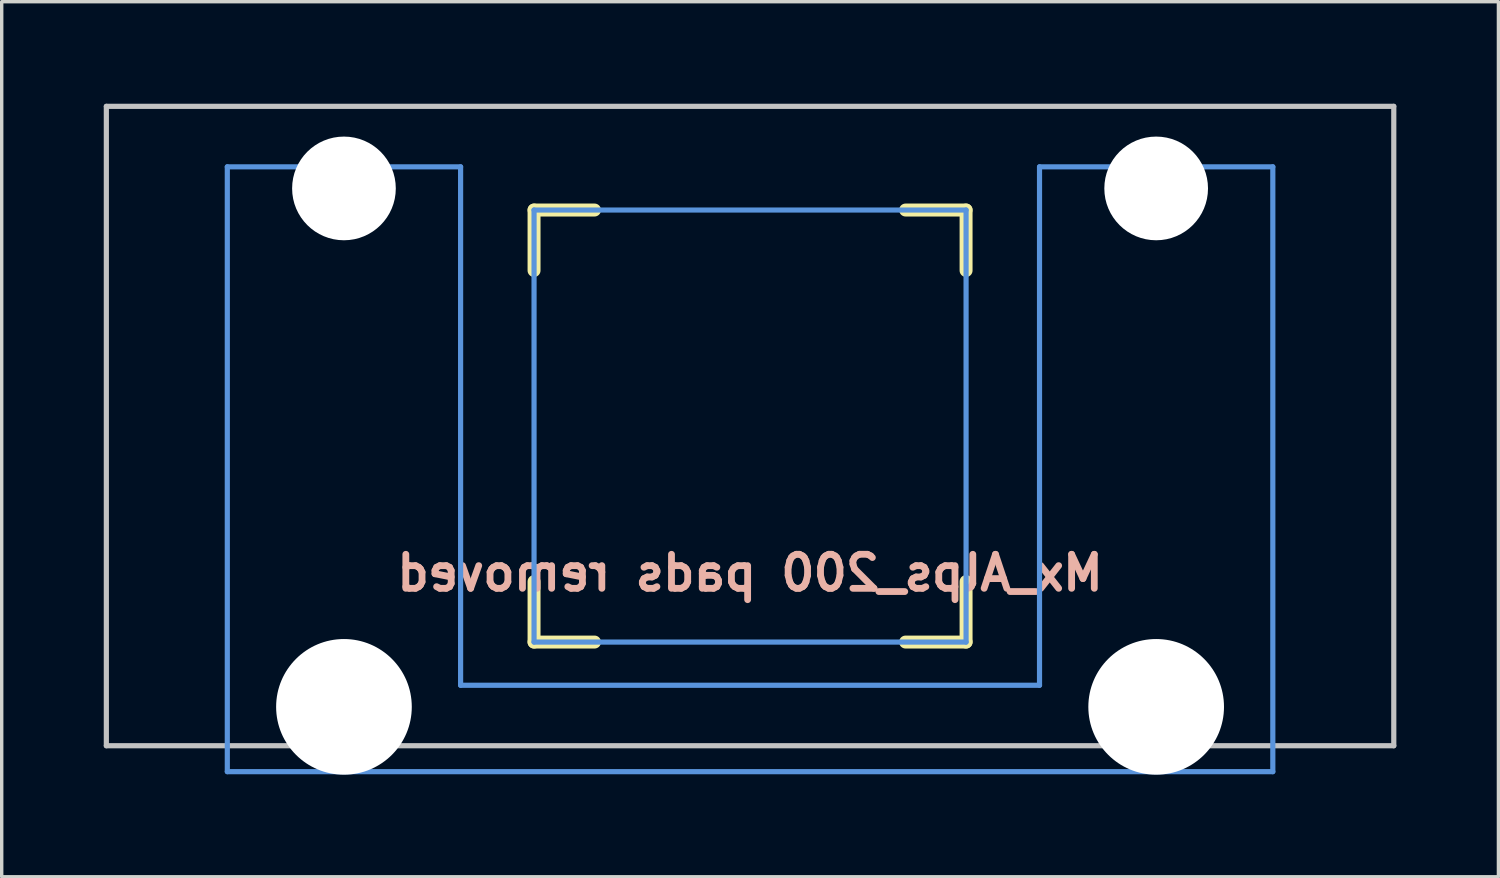
<source format=kicad_pcb>
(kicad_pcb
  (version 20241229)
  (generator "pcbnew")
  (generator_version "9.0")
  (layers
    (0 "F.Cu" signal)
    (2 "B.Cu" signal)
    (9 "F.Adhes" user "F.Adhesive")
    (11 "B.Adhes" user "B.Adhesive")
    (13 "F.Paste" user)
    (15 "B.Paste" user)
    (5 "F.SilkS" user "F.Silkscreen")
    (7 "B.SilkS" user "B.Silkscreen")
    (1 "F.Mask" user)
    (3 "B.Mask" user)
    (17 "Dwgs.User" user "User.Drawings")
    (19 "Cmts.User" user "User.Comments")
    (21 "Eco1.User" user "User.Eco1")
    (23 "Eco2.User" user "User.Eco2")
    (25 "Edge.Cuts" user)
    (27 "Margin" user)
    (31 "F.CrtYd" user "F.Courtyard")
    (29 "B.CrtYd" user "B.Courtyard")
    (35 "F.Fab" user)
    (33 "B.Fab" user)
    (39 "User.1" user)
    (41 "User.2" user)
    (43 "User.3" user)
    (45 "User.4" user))
  (footprint "Mx_Alps_200 pads removed"
    (layer "F.Cu")
    (at 18.999 9.474)
    (property "Reference" "Mx_Alps_200 pads removed" (at 0 4.318 0) (layer "B.SilkS") (effects (font (size 1 1) (thickness 0.2)) (justify mirror)))
    (attr through_hole)
    (fp_line (start -6.35 -6.35) (end -4.572 -6.35) (stroke (width 0.381) (type solid)) (layer "F.SilkS"))
    (fp_line (start -6.35 -4.572) (end -6.35 -6.35) (stroke (width 0.381) (type solid)) (layer "F.SilkS"))
    (fp_line (start -6.35 6.35) (end -6.35 4.572) (stroke (width 0.381) (type solid)) (layer "F.SilkS"))
    (fp_line (start -4.572 6.35) (end -6.35 6.35) (stroke (width 0.381) (type solid)) (layer "F.SilkS"))
    (fp_line (start 4.572 -6.35) (end 6.35 -6.35) (stroke (width 0.381) (type solid)) (layer "F.SilkS"))
    (fp_line (start 6.35 -6.35) (end 6.35 -4.572) (stroke (width 0.381) (type solid)) (layer "F.SilkS"))
    (fp_line (start 6.35 4.572) (end 6.35 6.35) (stroke (width 0.381) (type solid)) (layer "F.SilkS"))
    (fp_line (start 6.35 6.35) (end 4.572 6.35) (stroke (width 0.381) (type solid)) (layer "F.SilkS"))
    (fp_line (start -18.923 -9.398) (end 18.923 -9.398) (stroke (width 0.152) (type solid)) (layer "Dwgs.User"))
    (fp_line (start -18.923 9.398) (end -18.923 -9.398) (stroke (width 0.152) (type solid)) (layer "Dwgs.User"))
    (fp_line (start 18.923 -9.398) (end 18.923 9.398) (stroke (width 0.152) (type solid)) (layer "Dwgs.User"))
    (fp_line (start 18.923 9.398) (end -18.923 9.398) (stroke (width 0.152) (type solid)) (layer "Dwgs.User"))
    (fp_line (start -15.367 -7.62) (end -15.367 10.16) (stroke (width 0.152) (type solid)) (layer "Cmts.User"))
    (fp_line (start -15.367 10.16) (end 15.367 10.16) (stroke (width 0.152) (type solid)) (layer "Cmts.User"))
    (fp_line (start -8.509 -7.62) (end -15.367 -7.62) (stroke (width 0.152) (type solid)) (layer "Cmts.User"))
    (fp_line (start -8.509 7.62) (end -8.509 -7.62) (stroke (width 0.152) (type solid)) (layer "Cmts.User"))
    (fp_line (start -6.35 -6.35) (end 6.35 -6.35) (stroke (width 0.152) (type solid)) (layer "Cmts.User"))
    (fp_line (start -6.35 6.35) (end -6.35 -6.35) (stroke (width 0.152) (type solid)) (layer "Cmts.User"))
    (fp_line (start 6.35 -6.35) (end 6.35 6.35) (stroke (width 0.152) (type solid)) (layer "Cmts.User"))
    (fp_line (start 6.35 6.35) (end -6.35 6.35) (stroke (width 0.152) (type solid)) (layer "Cmts.User"))
    (fp_line (start 8.509 -7.62) (end 8.509 7.62) (stroke (width 0.152) (type solid)) (layer "Cmts.User"))
    (fp_line (start 8.509 7.62) (end -8.509 7.62) (stroke (width 0.152) (type solid)) (layer "Cmts.User"))
    (fp_line (start 15.367 -7.62) (end 8.509 -7.62) (stroke (width 0.152) (type solid)) (layer "Cmts.User"))
    (fp_line (start 15.367 10.16) (end 15.367 -7.62) (stroke (width 0.152) (type solid)) (layer "Cmts.User"))
    (fp_line (start -16.129 -2.286) (end -15.265 -2.286) (stroke (width 0.152) (type solid)) (layer "Eco2.User"))
    (fp_line (start -16.129 0.508) (end -16.129 -2.286) (stroke (width 0.152) (type solid)) (layer "Eco2.User"))
    (fp_line (start -15.265 -5.69) (end -8.611 -5.69) (stroke (width 0.152) (type solid)) (layer "Eco2.User"))
    (fp_line (start -15.265 -2.286) (end -15.265 -5.69) (stroke (width 0.152) (type solid)) (layer "Eco2.User"))
    (fp_line (start -15.265 0.508) (end -16.129 0.508) (stroke (width 0.152) (type solid)) (layer "Eco2.User"))
    (fp_line (start -15.265 6.604) (end -15.265 0.508) (stroke (width 0.152) (type solid)) (layer "Eco2.User"))
    (fp_line (start -14.224 6.604) (end -15.265 6.604) (stroke (width 0.152) (type solid)) (layer "Eco2.User"))
    (fp_line (start -14.224 7.772) (end -14.224 6.604) (stroke (width 0.152) (type solid)) (layer "Eco2.User"))
    (fp_line (start -9.652 6.604) (end -9.652 7.772) (stroke (width 0.152) (type solid)) (layer "Eco2.User"))
    (fp_line (start -9.652 7.772) (end -14.224 7.772) (stroke (width 0.152) (type solid)) (layer "Eco2.User"))
    (fp_line (start -8.611 -5.69) (end -8.611 -4.877) (stroke (width 0.152) (type solid)) (layer "Eco2.User"))
    (fp_line (start -8.611 -4.877) (end -6.985 -4.877) (stroke (width 0.152) (type solid)) (layer "Eco2.User"))
    (fp_line (start -8.611 5.817) (end -8.611 6.604) (stroke (width 0.152) (type solid)) (layer "Eco2.User"))
    (fp_line (start -8.611 6.604) (end -9.652 6.604) (stroke (width 0.152) (type solid)) (layer "Eco2.User"))
    (fp_line (start -6.985 -6.985) (end 6.985 -6.985) (stroke (width 0.152) (type solid)) (layer "Eco2.User"))
    (fp_line (start -6.985 -4.877) (end -6.985 -6.985) (stroke (width 0.152) (type solid)) (layer "Eco2.User"))
    (fp_line (start -6.985 5.817) (end -8.611 5.817) (stroke (width 0.152) (type solid)) (layer "Eco2.User"))
    (fp_line (start -6.985 6.985) (end -6.985 5.817) (stroke (width 0.152) (type solid)) (layer "Eco2.User"))
    (fp_line (start 6.985 -6.985) (end 6.985 -4.877) (stroke (width 0.152) (type solid)) (layer "Eco2.User"))
    (fp_line (start 6.985 -4.877) (end 8.611 -4.877) (stroke (width 0.152) (type solid)) (layer "Eco2.User"))
    (fp_line (start 6.985 5.817) (end 6.985 6.985) (stroke (width 0.152) (type solid)) (layer "Eco2.User"))
    (fp_line (start 6.985 6.985) (end -6.985 6.985) (stroke (width 0.152) (type solid)) (layer "Eco2.User"))
    (fp_line (start 8.611 -5.69) (end 15.265 -5.69) (stroke (width 0.152) (type solid)) (layer "Eco2.User"))
    (fp_line (start 8.611 -4.877) (end 8.611 -5.69) (stroke (width 0.152) (type solid)) (layer "Eco2.User"))
    (fp_line (start 8.611 5.817) (end 6.985 5.817) (stroke (width 0.152) (type solid)) (layer "Eco2.User"))
    (fp_line (start 8.611 6.604) (end 8.611 5.817) (stroke (width 0.152) (type solid)) (layer "Eco2.User"))
    (fp_line (start 9.652 6.604) (end 8.611 6.604) (stroke (width 0.152) (type solid)) (layer "Eco2.User"))
    (fp_line (start 9.652 7.772) (end 9.652 6.604) (stroke (width 0.152) (type solid)) (layer "Eco2.User"))
    (fp_line (start 14.224 6.604) (end 14.224 7.772) (stroke (width 0.152) (type solid)) (layer "Eco2.User"))
    (fp_line (start 14.224 7.772) (end 9.652 7.772) (stroke (width 0.152) (type solid)) (layer "Eco2.User"))
    (fp_line (start 15.265 -5.69) (end 15.265 -2.286) (stroke (width 0.152) (type solid)) (layer "Eco2.User"))
    (fp_line (start 15.265 -2.286) (end 16.129 -2.286) (stroke (width 0.152) (type solid)) (layer "Eco2.User"))
    (fp_line (start 15.265 0.508) (end 15.265 6.604) (stroke (width 0.152) (type solid)) (layer "Eco2.User"))
    (fp_line (start 15.265 6.604) (end 14.224 6.604) (stroke (width 0.152) (type solid)) (layer "Eco2.User"))
    (fp_line (start 16.129 -2.286) (end 16.129 0.508) (stroke (width 0.152) (type solid)) (layer "Eco2.User"))
    (fp_line (start 16.129 0.508) (end 15.265 0.508) (stroke (width 0.152) (type solid)) (layer "Eco2.User"))
    (pad "" np_thru_hole circle (at -11.938 -6.985) (size 3.048 3.048) (drill 3.048) (layers "*.Cu"))
    (pad "" np_thru_hole circle (at -11.938 8.255) (size 3.988 3.988) (drill 3.988) (layers "*.Cu"))
    (pad "" np_thru_hole circle (at 11.938 -6.985) (size 3.048 3.048) (drill 3.048) (layers "*.Cu"))
    (pad "" np_thru_hole circle (at 11.938 8.255) (size 3.988 3.988) (drill 3.988) (layers "*.Cu")))
  (gr_rect
    (start -3 -3)
    (end 40.998 22.723)
    (stroke (width 0.1) (type default))
    (fill no)
    (layer "Edge.Cuts")))
</source>
